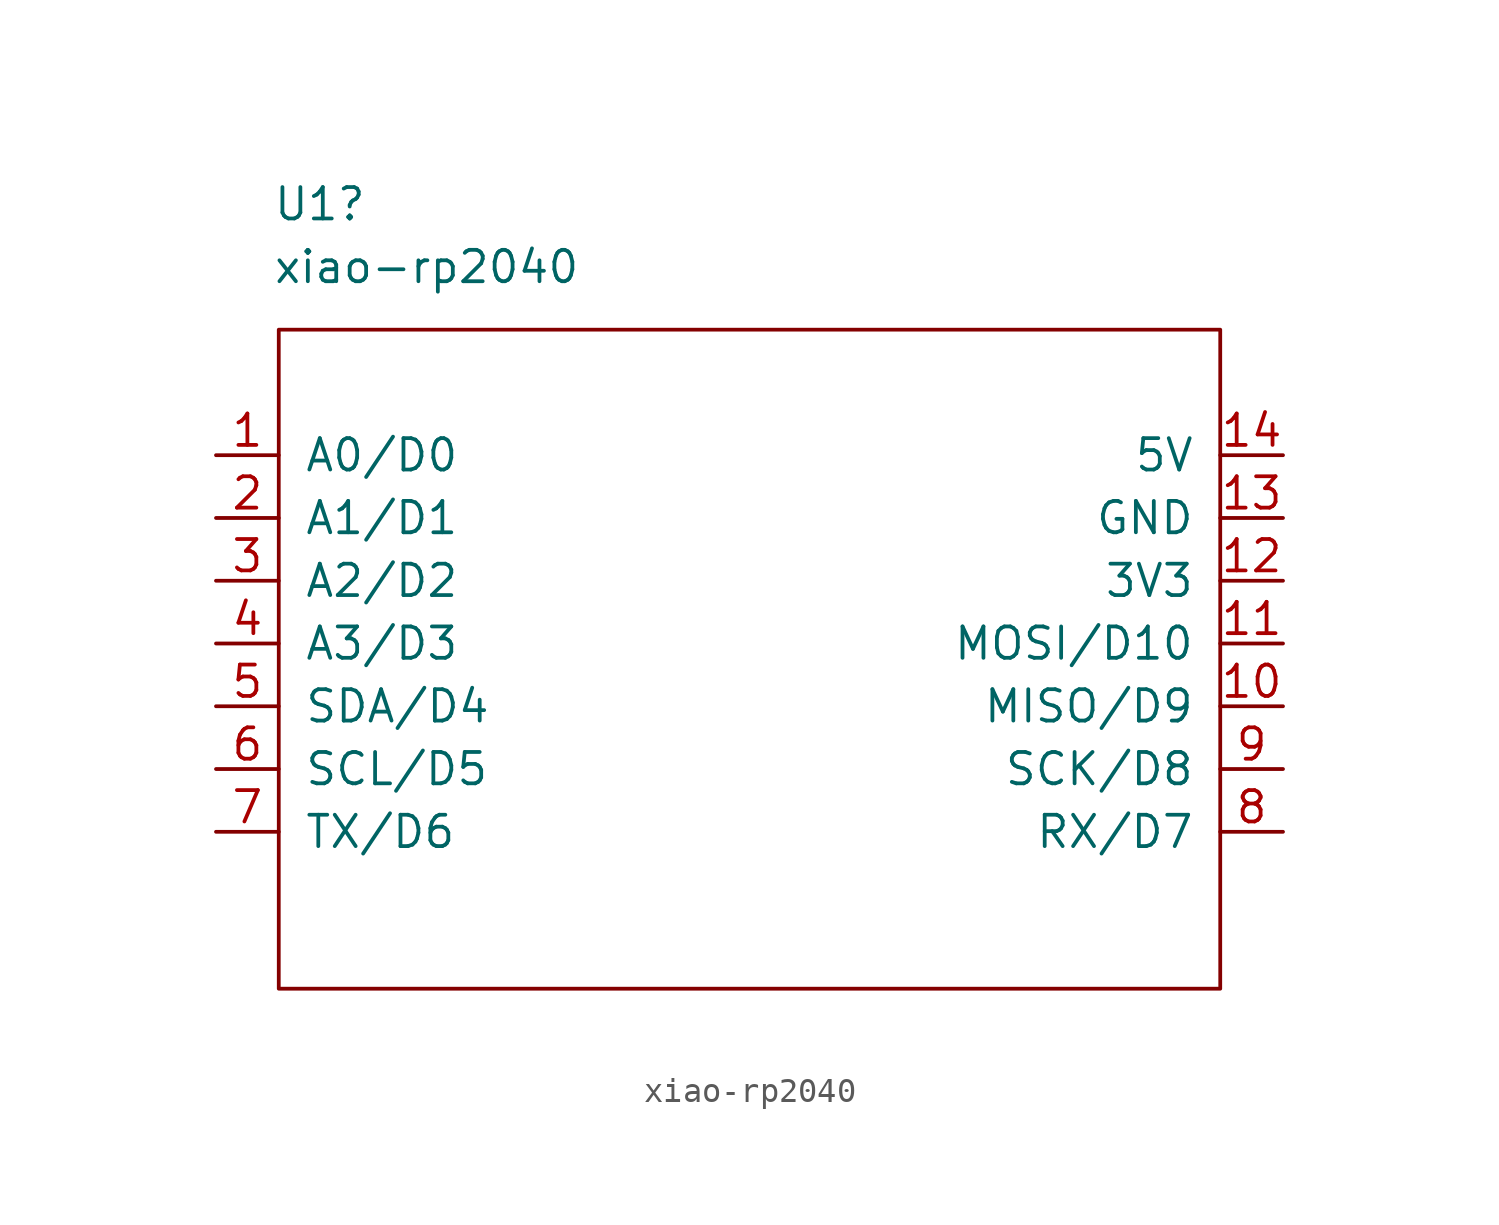
<source format=kicad_sym>
(kicad_symbol_lib
  (version 20231120)
  (generator "kicad_symbol_editor")
  (generator_version "8.0")
  (symbol "xiao-rp2040"
    (pin_names
      (offset 1.016))
    (property "Reference" "U1"
      (at -19.304 17.78 0)
      (effects (font (size 1.27 1.27)) (justify left)))
    (property "Value" "xiao-rp2040"
      (at -19.304 15.24 0)
      (effects (font (size 1.27 1.27)) (justify left)))
    (symbol "xiao-rp2040_0_1"
      (rectangle (start -19.05 12.7) (end 19.05 -13.97) (stroke (width 0) (type default)) (fill (type none))))
    (symbol "xiao-rp2040_1_1"
      (pin bidirectional line (at -21.59 7.62 0) (length 2.54) (name "A0/D0" (effects (font (size 1.27 1.27)))) (number "1" (effects (font (size 1.27 1.27)))))
      (pin bidirectional line (at 21.59 -2.54 180) (length 2.54) (name "MISO/D9" (effects (font (size 1.27 1.27)))) (number "10" (effects (font (size 1.27 1.27)))))
      (pin bidirectional line (at 21.59 0 180) (length 2.54) (name "MOSI/D10" (effects (font (size 1.27 1.27)))) (number "11" (effects (font (size 1.27 1.27)))))
      (pin power_out line (at 21.59 2.54 180) (length 2.54) (name "3V3" (effects (font (size 1.27 1.27)))) (number "12" (effects (font (size 1.27 1.27)))))
      (pin power_out line (at 21.59 5.08 180) (length 2.54) (name "GND" (effects (font (size 1.27 1.27)))) (number "13" (effects (font (size 1.27 1.27)))))
      (pin power_out line (at 21.59 7.62 180) (length 2.54) (name "5V" (effects (font (size 1.27 1.27)))) (number "14" (effects (font (size 1.27 1.27)))))
      (pin bidirectional line (at -21.59 5.08 0) (length 2.54) (name "A1/D1" (effects (font (size 1.27 1.27)))) (number "2" (effects (font (size 1.27 1.27)))))
      (pin bidirectional line (at -21.59 2.54 0) (length 2.54) (name "A2/D2" (effects (font (size 1.27 1.27)))) (number "3" (effects (font (size 1.27 1.27)))))
      (pin bidirectional line (at -21.59 0 0) (length 2.54) (name "A3/D3" (effects (font (size 1.27 1.27)))) (number "4" (effects (font (size 1.27 1.27)))))
      (pin bidirectional line (at -21.59 -2.54 0) (length 2.54) (name "SDA/D4" (effects (font (size 1.27 1.27)))) (number "5" (effects (font (size 1.27 1.27)))))
      (pin bidirectional line (at -21.59 -5.08 0) (length 2.54) (name "SCL/D5" (effects (font (size 1.27 1.27)))) (number "6" (effects (font (size 1.27 1.27)))))
      (pin bidirectional line (at -21.59 -7.62 0) (length 2.54) (name "TX/D6" (effects (font (size 1.27 1.27)))) (number "7" (effects (font (size 1.27 1.27)))))
      (pin bidirectional line (at 21.59 -7.62 180) (length 2.54) (name "RX/D7" (effects (font (size 1.27 1.27)))) (number "8" (effects (font (size 1.27 1.27)))))
      (pin bidirectional line (at 21.59 -5.08 180) (length 2.54) (name "SCK/D8" (effects (font (size 1.27 1.27)))) (number "9" (effects (font (size 1.27 1.27))))))))
</source>
